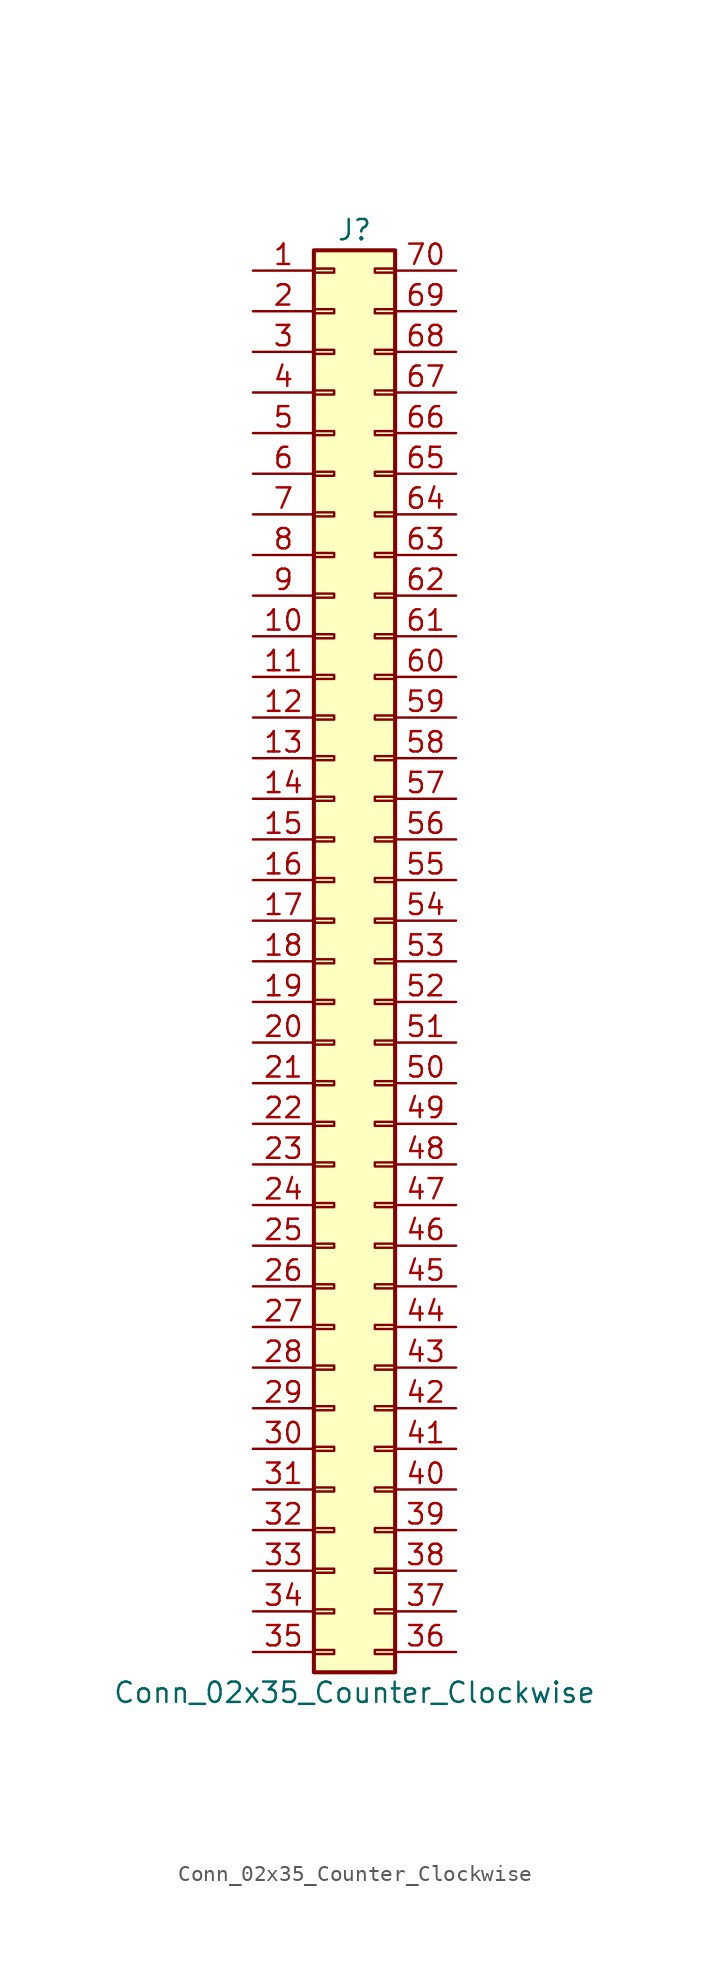
<source format=kicad_sym>
(kicad_symbol_lib
  (version 20220914)
  (generator kicad_symbol_editor)
  (symbol "Conn_02x35_Counter_Clockwise"
    (pin_names
      (offset 1.016) hide)
    (property "Reference" "J"
      (at 1.27 45.72 0)
      (effects (font (size 1.27 1.27))))
    (property "Value" "Conn_02x35_Counter_Clockwise"
      (at 1.27 -45.72 0)
      (effects (font (size 1.27 1.27))))
    (symbol "Conn_02x35_Counter_Clockwise_1_1"
      (rectangle (start -1.27 -43.053) (end 0 -43.307) (stroke (width 0.152) (type default)) (fill (type none)))
      (rectangle (start -1.27 -40.513) (end 0 -40.767) (stroke (width 0.152) (type default)) (fill (type none)))
      (rectangle (start -1.27 -37.973) (end 0 -38.227) (stroke (width 0.152) (type default)) (fill (type none)))
      (rectangle (start -1.27 -35.433) (end 0 -35.687) (stroke (width 0.152) (type default)) (fill (type none)))
      (rectangle (start -1.27 -32.893) (end 0 -33.147) (stroke (width 0.152) (type default)) (fill (type none)))
      (rectangle (start -1.27 -30.353) (end 0 -30.607) (stroke (width 0.152) (type default)) (fill (type none)))
      (rectangle (start -1.27 -27.813) (end 0 -28.067) (stroke (width 0.152) (type default)) (fill (type none)))
      (rectangle (start -1.27 -25.273) (end 0 -25.527) (stroke (width 0.152) (type default)) (fill (type none)))
      (rectangle (start -1.27 -22.733) (end 0 -22.987) (stroke (width 0.152) (type default)) (fill (type none)))
      (rectangle (start -1.27 -20.193) (end 0 -20.447) (stroke (width 0.152) (type default)) (fill (type none)))
      (rectangle (start -1.27 -17.653) (end 0 -17.907) (stroke (width 0.152) (type default)) (fill (type none)))
      (rectangle (start -1.27 -15.113) (end 0 -15.367) (stroke (width 0.152) (type default)) (fill (type none)))
      (rectangle (start -1.27 -12.573) (end 0 -12.827) (stroke (width 0.152) (type default)) (fill (type none)))
      (rectangle (start -1.27 -10.033) (end 0 -10.287) (stroke (width 0.152) (type default)) (fill (type none)))
      (rectangle (start -1.27 -7.493) (end 0 -7.747) (stroke (width 0.152) (type default)) (fill (type none)))
      (rectangle (start -1.27 -4.953) (end 0 -5.207) (stroke (width 0.152) (type default)) (fill (type none)))
      (rectangle (start -1.27 -2.413) (end 0 -2.667) (stroke (width 0.152) (type default)) (fill (type none)))
      (rectangle (start -1.27 0.127) (end 0 -0.127) (stroke (width 0.152) (type default)) (fill (type none)))
      (rectangle (start -1.27 2.667) (end 0 2.413) (stroke (width 0.152) (type default)) (fill (type none)))
      (rectangle (start -1.27 5.207) (end 0 4.953) (stroke (width 0.152) (type default)) (fill (type none)))
      (rectangle (start -1.27 7.747) (end 0 7.493) (stroke (width 0.152) (type default)) (fill (type none)))
      (rectangle (start -1.27 10.287) (end 0 10.033) (stroke (width 0.152) (type default)) (fill (type none)))
      (rectangle (start -1.27 12.827) (end 0 12.573) (stroke (width 0.152) (type default)) (fill (type none)))
      (rectangle (start -1.27 15.367) (end 0 15.113) (stroke (width 0.152) (type default)) (fill (type none)))
      (rectangle (start -1.27 17.907) (end 0 17.653) (stroke (width 0.152) (type default)) (fill (type none)))
      (rectangle (start -1.27 20.447) (end 0 20.193) (stroke (width 0.152) (type default)) (fill (type none)))
      (rectangle (start -1.27 22.987) (end 0 22.733) (stroke (width 0.152) (type default)) (fill (type none)))
      (rectangle (start -1.27 25.527) (end 0 25.273) (stroke (width 0.152) (type default)) (fill (type none)))
      (rectangle (start -1.27 28.067) (end 0 27.813) (stroke (width 0.152) (type default)) (fill (type none)))
      (rectangle (start -1.27 30.607) (end 0 30.353) (stroke (width 0.152) (type default)) (fill (type none)))
      (rectangle (start -1.27 33.147) (end 0 32.893) (stroke (width 0.152) (type default)) (fill (type none)))
      (rectangle (start -1.27 35.687) (end 0 35.433) (stroke (width 0.152) (type default)) (fill (type none)))
      (rectangle (start -1.27 38.227) (end 0 37.973) (stroke (width 0.152) (type default)) (fill (type none)))
      (rectangle (start -1.27 40.767) (end 0 40.513) (stroke (width 0.152) (type default)) (fill (type none)))
      (rectangle (start -1.27 43.307) (end 0 43.053) (stroke (width 0.152) (type default)) (fill (type none)))
      (rectangle (start -1.27 44.45) (end 3.81 -44.45) (stroke (width 0.254) (type default)) (fill (type background)))
      (rectangle (start 3.81 -43.053) (end 2.54 -43.307) (stroke (width 0.152) (type default)) (fill (type none)))
      (rectangle (start 3.81 -40.513) (end 2.54 -40.767) (stroke (width 0.152) (type default)) (fill (type none)))
      (rectangle (start 3.81 -37.973) (end 2.54 -38.227) (stroke (width 0.152) (type default)) (fill (type none)))
      (rectangle (start 3.81 -35.433) (end 2.54 -35.687) (stroke (width 0.152) (type default)) (fill (type none)))
      (rectangle (start 3.81 -32.893) (end 2.54 -33.147) (stroke (width 0.152) (type default)) (fill (type none)))
      (rectangle (start 3.81 -30.353) (end 2.54 -30.607) (stroke (width 0.152) (type default)) (fill (type none)))
      (rectangle (start 3.81 -27.813) (end 2.54 -28.067) (stroke (width 0.152) (type default)) (fill (type none)))
      (rectangle (start 3.81 -25.273) (end 2.54 -25.527) (stroke (width 0.152) (type default)) (fill (type none)))
      (rectangle (start 3.81 -22.733) (end 2.54 -22.987) (stroke (width 0.152) (type default)) (fill (type none)))
      (rectangle (start 3.81 -20.193) (end 2.54 -20.447) (stroke (width 0.152) (type default)) (fill (type none)))
      (rectangle (start 3.81 -17.653) (end 2.54 -17.907) (stroke (width 0.152) (type default)) (fill (type none)))
      (rectangle (start 3.81 -15.113) (end 2.54 -15.367) (stroke (width 0.152) (type default)) (fill (type none)))
      (rectangle (start 3.81 -12.573) (end 2.54 -12.827) (stroke (width 0.152) (type default)) (fill (type none)))
      (rectangle (start 3.81 -10.033) (end 2.54 -10.287) (stroke (width 0.152) (type default)) (fill (type none)))
      (rectangle (start 3.81 -7.493) (end 2.54 -7.747) (stroke (width 0.152) (type default)) (fill (type none)))
      (rectangle (start 3.81 -4.953) (end 2.54 -5.207) (stroke (width 0.152) (type default)) (fill (type none)))
      (rectangle (start 3.81 -2.413) (end 2.54 -2.667) (stroke (width 0.152) (type default)) (fill (type none)))
      (rectangle (start 3.81 0.127) (end 2.54 -0.127) (stroke (width 0.152) (type default)) (fill (type none)))
      (rectangle (start 3.81 2.667) (end 2.54 2.413) (stroke (width 0.152) (type default)) (fill (type none)))
      (rectangle (start 3.81 5.207) (end 2.54 4.953) (stroke (width 0.152) (type default)) (fill (type none)))
      (rectangle (start 3.81 7.747) (end 2.54 7.493) (stroke (width 0.152) (type default)) (fill (type none)))
      (rectangle (start 3.81 10.287) (end 2.54 10.033) (stroke (width 0.152) (type default)) (fill (type none)))
      (rectangle (start 3.81 12.827) (end 2.54 12.573) (stroke (width 0.152) (type default)) (fill (type none)))
      (rectangle (start 3.81 15.367) (end 2.54 15.113) (stroke (width 0.152) (type default)) (fill (type none)))
      (rectangle (start 3.81 17.907) (end 2.54 17.653) (stroke (width 0.152) (type default)) (fill (type none)))
      (rectangle (start 3.81 20.447) (end 2.54 20.193) (stroke (width 0.152) (type default)) (fill (type none)))
      (rectangle (start 3.81 22.987) (end 2.54 22.733) (stroke (width 0.152) (type default)) (fill (type none)))
      (rectangle (start 3.81 25.527) (end 2.54 25.273) (stroke (width 0.152) (type default)) (fill (type none)))
      (rectangle (start 3.81 28.067) (end 2.54 27.813) (stroke (width 0.152) (type default)) (fill (type none)))
      (rectangle (start 3.81 30.607) (end 2.54 30.353) (stroke (width 0.152) (type default)) (fill (type none)))
      (rectangle (start 3.81 33.147) (end 2.54 32.893) (stroke (width 0.152) (type default)) (fill (type none)))
      (rectangle (start 3.81 35.687) (end 2.54 35.433) (stroke (width 0.152) (type default)) (fill (type none)))
      (rectangle (start 3.81 38.227) (end 2.54 37.973) (stroke (width 0.152) (type default)) (fill (type none)))
      (rectangle (start 3.81 40.767) (end 2.54 40.513) (stroke (width 0.152) (type default)) (fill (type none)))
      (rectangle (start 3.81 43.307) (end 2.54 43.053) (stroke (width 0.152) (type default)) (fill (type none)))
      (pin passive line (at -5.08 43.18 0) (length 3.81) (name "Pin_1" (effects (font (size 1.27 1.27)))) (number "1" (effects (font (size 1.27 1.27)))))
      (pin passive line (at -5.08 20.32 0) (length 3.81) (name "Pin_10" (effects (font (size 1.27 1.27)))) (number "10" (effects (font (size 1.27 1.27)))))
      (pin passive line (at -5.08 17.78 0) (length 3.81) (name "Pin_11" (effects (font (size 1.27 1.27)))) (number "11" (effects (font (size 1.27 1.27)))))
      (pin passive line (at -5.08 15.24 0) (length 3.81) (name "Pin_12" (effects (font (size 1.27 1.27)))) (number "12" (effects (font (size 1.27 1.27)))))
      (pin passive line (at -5.08 12.7 0) (length 3.81) (name "Pin_13" (effects (font (size 1.27 1.27)))) (number "13" (effects (font (size 1.27 1.27)))))
      (pin passive line (at -5.08 10.16 0) (length 3.81) (name "Pin_14" (effects (font (size 1.27 1.27)))) (number "14" (effects (font (size 1.27 1.27)))))
      (pin passive line (at -5.08 7.62 0) (length 3.81) (name "Pin_15" (effects (font (size 1.27 1.27)))) (number "15" (effects (font (size 1.27 1.27)))))
      (pin passive line (at -5.08 5.08 0) (length 3.81) (name "Pin_16" (effects (font (size 1.27 1.27)))) (number "16" (effects (font (size 1.27 1.27)))))
      (pin passive line (at -5.08 2.54 0) (length 3.81) (name "Pin_17" (effects (font (size 1.27 1.27)))) (number "17" (effects (font (size 1.27 1.27)))))
      (pin passive line (at -5.08 0 0) (length 3.81) (name "Pin_18" (effects (font (size 1.27 1.27)))) (number "18" (effects (font (size 1.27 1.27)))))
      (pin passive line (at -5.08 -2.54 0) (length 3.81) (name "Pin_19" (effects (font (size 1.27 1.27)))) (number "19" (effects (font (size 1.27 1.27)))))
      (pin passive line (at -5.08 40.64 0) (length 3.81) (name "Pin_2" (effects (font (size 1.27 1.27)))) (number "2" (effects (font (size 1.27 1.27)))))
      (pin passive line (at -5.08 -5.08 0) (length 3.81) (name "Pin_20" (effects (font (size 1.27 1.27)))) (number "20" (effects (font (size 1.27 1.27)))))
      (pin passive line (at -5.08 -7.62 0) (length 3.81) (name "Pin_21" (effects (font (size 1.27 1.27)))) (number "21" (effects (font (size 1.27 1.27)))))
      (pin passive line (at -5.08 -10.16 0) (length 3.81) (name "Pin_22" (effects (font (size 1.27 1.27)))) (number "22" (effects (font (size 1.27 1.27)))))
      (pin passive line (at -5.08 -12.7 0) (length 3.81) (name "Pin_23" (effects (font (size 1.27 1.27)))) (number "23" (effects (font (size 1.27 1.27)))))
      (pin passive line (at -5.08 -15.24 0) (length 3.81) (name "Pin_24" (effects (font (size 1.27 1.27)))) (number "24" (effects (font (size 1.27 1.27)))))
      (pin passive line (at -5.08 -17.78 0) (length 3.81) (name "Pin_25" (effects (font (size 1.27 1.27)))) (number "25" (effects (font (size 1.27 1.27)))))
      (pin passive line (at -5.08 -20.32 0) (length 3.81) (name "Pin_26" (effects (font (size 1.27 1.27)))) (number "26" (effects (font (size 1.27 1.27)))))
      (pin passive line (at -5.08 -22.86 0) (length 3.81) (name "Pin_27" (effects (font (size 1.27 1.27)))) (number "27" (effects (font (size 1.27 1.27)))))
      (pin passive line (at -5.08 -25.4 0) (length 3.81) (name "Pin_28" (effects (font (size 1.27 1.27)))) (number "28" (effects (font (size 1.27 1.27)))))
      (pin passive line (at -5.08 -27.94 0) (length 3.81) (name "Pin_29" (effects (font (size 1.27 1.27)))) (number "29" (effects (font (size 1.27 1.27)))))
      (pin passive line (at -5.08 38.1 0) (length 3.81) (name "Pin_3" (effects (font (size 1.27 1.27)))) (number "3" (effects (font (size 1.27 1.27)))))
      (pin passive line (at -5.08 -30.48 0) (length 3.81) (name "Pin_30" (effects (font (size 1.27 1.27)))) (number "30" (effects (font (size 1.27 1.27)))))
      (pin passive line (at -5.08 -33.02 0) (length 3.81) (name "Pin_31" (effects (font (size 1.27 1.27)))) (number "31" (effects (font (size 1.27 1.27)))))
      (pin passive line (at -5.08 -35.56 0) (length 3.81) (name "Pin_32" (effects (font (size 1.27 1.27)))) (number "32" (effects (font (size 1.27 1.27)))))
      (pin passive line (at -5.08 -38.1 0) (length 3.81) (name "Pin_33" (effects (font (size 1.27 1.27)))) (number "33" (effects (font (size 1.27 1.27)))))
      (pin passive line (at -5.08 -40.64 0) (length 3.81) (name "Pin_34" (effects (font (size 1.27 1.27)))) (number "34" (effects (font (size 1.27 1.27)))))
      (pin passive line (at -5.08 -43.18 0) (length 3.81) (name "Pin_35" (effects (font (size 1.27 1.27)))) (number "35" (effects (font (size 1.27 1.27)))))
      (pin passive line (at 7.62 -43.18 180) (length 3.81) (name "Pin_36" (effects (font (size 1.27 1.27)))) (number "36" (effects (font (size 1.27 1.27)))))
      (pin passive line (at 7.62 -40.64 180) (length 3.81) (name "Pin_37" (effects (font (size 1.27 1.27)))) (number "37" (effects (font (size 1.27 1.27)))))
      (pin passive line (at 7.62 -38.1 180) (length 3.81) (name "Pin_38" (effects (font (size 1.27 1.27)))) (number "38" (effects (font (size 1.27 1.27)))))
      (pin passive line (at 7.62 -35.56 180) (length 3.81) (name "Pin_39" (effects (font (size 1.27 1.27)))) (number "39" (effects (font (size 1.27 1.27)))))
      (pin passive line (at -5.08 35.56 0) (length 3.81) (name "Pin_4" (effects (font (size 1.27 1.27)))) (number "4" (effects (font (size 1.27 1.27)))))
      (pin passive line (at 7.62 -33.02 180) (length 3.81) (name "Pin_40" (effects (font (size 1.27 1.27)))) (number "40" (effects (font (size 1.27 1.27)))))
      (pin passive line (at 7.62 -30.48 180) (length 3.81) (name "Pin_41" (effects (font (size 1.27 1.27)))) (number "41" (effects (font (size 1.27 1.27)))))
      (pin passive line (at 7.62 -27.94 180) (length 3.81) (name "Pin_42" (effects (font (size 1.27 1.27)))) (number "42" (effects (font (size 1.27 1.27)))))
      (pin passive line (at 7.62 -25.4 180) (length 3.81) (name "Pin_43" (effects (font (size 1.27 1.27)))) (number "43" (effects (font (size 1.27 1.27)))))
      (pin passive line (at 7.62 -22.86 180) (length 3.81) (name "Pin_44" (effects (font (size 1.27 1.27)))) (number "44" (effects (font (size 1.27 1.27)))))
      (pin passive line (at 7.62 -20.32 180) (length 3.81) (name "Pin_45" (effects (font (size 1.27 1.27)))) (number "45" (effects (font (size 1.27 1.27)))))
      (pin passive line (at 7.62 -17.78 180) (length 3.81) (name "Pin_46" (effects (font (size 1.27 1.27)))) (number "46" (effects (font (size 1.27 1.27)))))
      (pin passive line (at 7.62 -15.24 180) (length 3.81) (name "Pin_47" (effects (font (size 1.27 1.27)))) (number "47" (effects (font (size 1.27 1.27)))))
      (pin passive line (at 7.62 -12.7 180) (length 3.81) (name "Pin_48" (effects (font (size 1.27 1.27)))) (number "48" (effects (font (size 1.27 1.27)))))
      (pin passive line (at 7.62 -10.16 180) (length 3.81) (name "Pin_49" (effects (font (size 1.27 1.27)))) (number "49" (effects (font (size 1.27 1.27)))))
      (pin passive line (at -5.08 33.02 0) (length 3.81) (name "Pin_5" (effects (font (size 1.27 1.27)))) (number "5" (effects (font (size 1.27 1.27)))))
      (pin passive line (at 7.62 -7.62 180) (length 3.81) (name "Pin_50" (effects (font (size 1.27 1.27)))) (number "50" (effects (font (size 1.27 1.27)))))
      (pin passive line (at 7.62 -5.08 180) (length 3.81) (name "Pin_51" (effects (font (size 1.27 1.27)))) (number "51" (effects (font (size 1.27 1.27)))))
      (pin passive line (at 7.62 -2.54 180) (length 3.81) (name "Pin_52" (effects (font (size 1.27 1.27)))) (number "52" (effects (font (size 1.27 1.27)))))
      (pin passive line (at 7.62 0 180) (length 3.81) (name "Pin_53" (effects (font (size 1.27 1.27)))) (number "53" (effects (font (size 1.27 1.27)))))
      (pin passive line (at 7.62 2.54 180) (length 3.81) (name "Pin_54" (effects (font (size 1.27 1.27)))) (number "54" (effects (font (size 1.27 1.27)))))
      (pin passive line (at 7.62 5.08 180) (length 3.81) (name "Pin_55" (effects (font (size 1.27 1.27)))) (number "55" (effects (font (size 1.27 1.27)))))
      (pin passive line (at 7.62 7.62 180) (length 3.81) (name "Pin_56" (effects (font (size 1.27 1.27)))) (number "56" (effects (font (size 1.27 1.27)))))
      (pin passive line (at 7.62 10.16 180) (length 3.81) (name "Pin_57" (effects (font (size 1.27 1.27)))) (number "57" (effects (font (size 1.27 1.27)))))
      (pin passive line (at 7.62 12.7 180) (length 3.81) (name "Pin_58" (effects (font (size 1.27 1.27)))) (number "58" (effects (font (size 1.27 1.27)))))
      (pin passive line (at 7.62 15.24 180) (length 3.81) (name "Pin_59" (effects (font (size 1.27 1.27)))) (number "59" (effects (font (size 1.27 1.27)))))
      (pin passive line (at -5.08 30.48 0) (length 3.81) (name "Pin_6" (effects (font (size 1.27 1.27)))) (number "6" (effects (font (size 1.27 1.27)))))
      (pin passive line (at 7.62 17.78 180) (length 3.81) (name "Pin_60" (effects (font (size 1.27 1.27)))) (number "60" (effects (font (size 1.27 1.27)))))
      (pin passive line (at 7.62 20.32 180) (length 3.81) (name "Pin_61" (effects (font (size 1.27 1.27)))) (number "61" (effects (font (size 1.27 1.27)))))
      (pin passive line (at 7.62 22.86 180) (length 3.81) (name "Pin_62" (effects (font (size 1.27 1.27)))) (number "62" (effects (font (size 1.27 1.27)))))
      (pin passive line (at 7.62 25.4 180) (length 3.81) (name "Pin_63" (effects (font (size 1.27 1.27)))) (number "63" (effects (font (size 1.27 1.27)))))
      (pin passive line (at 7.62 27.94 180) (length 3.81) (name "Pin_64" (effects (font (size 1.27 1.27)))) (number "64" (effects (font (size 1.27 1.27)))))
      (pin passive line (at 7.62 30.48 180) (length 3.81) (name "Pin_65" (effects (font (size 1.27 1.27)))) (number "65" (effects (font (size 1.27 1.27)))))
      (pin passive line (at 7.62 33.02 180) (length 3.81) (name "Pin_66" (effects (font (size 1.27 1.27)))) (number "66" (effects (font (size 1.27 1.27)))))
      (pin passive line (at 7.62 35.56 180) (length 3.81) (name "Pin_67" (effects (font (size 1.27 1.27)))) (number "67" (effects (font (size 1.27 1.27)))))
      (pin passive line (at 7.62 38.1 180) (length 3.81) (name "Pin_68" (effects (font (size 1.27 1.27)))) (number "68" (effects (font (size 1.27 1.27)))))
      (pin passive line (at 7.62 40.64 180) (length 3.81) (name "Pin_69" (effects (font (size 1.27 1.27)))) (number "69" (effects (font (size 1.27 1.27)))))
      (pin passive line (at -5.08 27.94 0) (length 3.81) (name "Pin_7" (effects (font (size 1.27 1.27)))) (number "7" (effects (font (size 1.27 1.27)))))
      (pin passive line (at 7.62 43.18 180) (length 3.81) (name "Pin_70" (effects (font (size 1.27 1.27)))) (number "70" (effects (font (size 1.27 1.27)))))
      (pin passive line (at -5.08 25.4 0) (length 3.81) (name "Pin_8" (effects (font (size 1.27 1.27)))) (number "8" (effects (font (size 1.27 1.27)))))
      (pin passive line (at -5.08 22.86 0) (length 3.81) (name "Pin_9" (effects (font (size 1.27 1.27)))) (number "9" (effects (font (size 1.27 1.27))))))))
</source>
